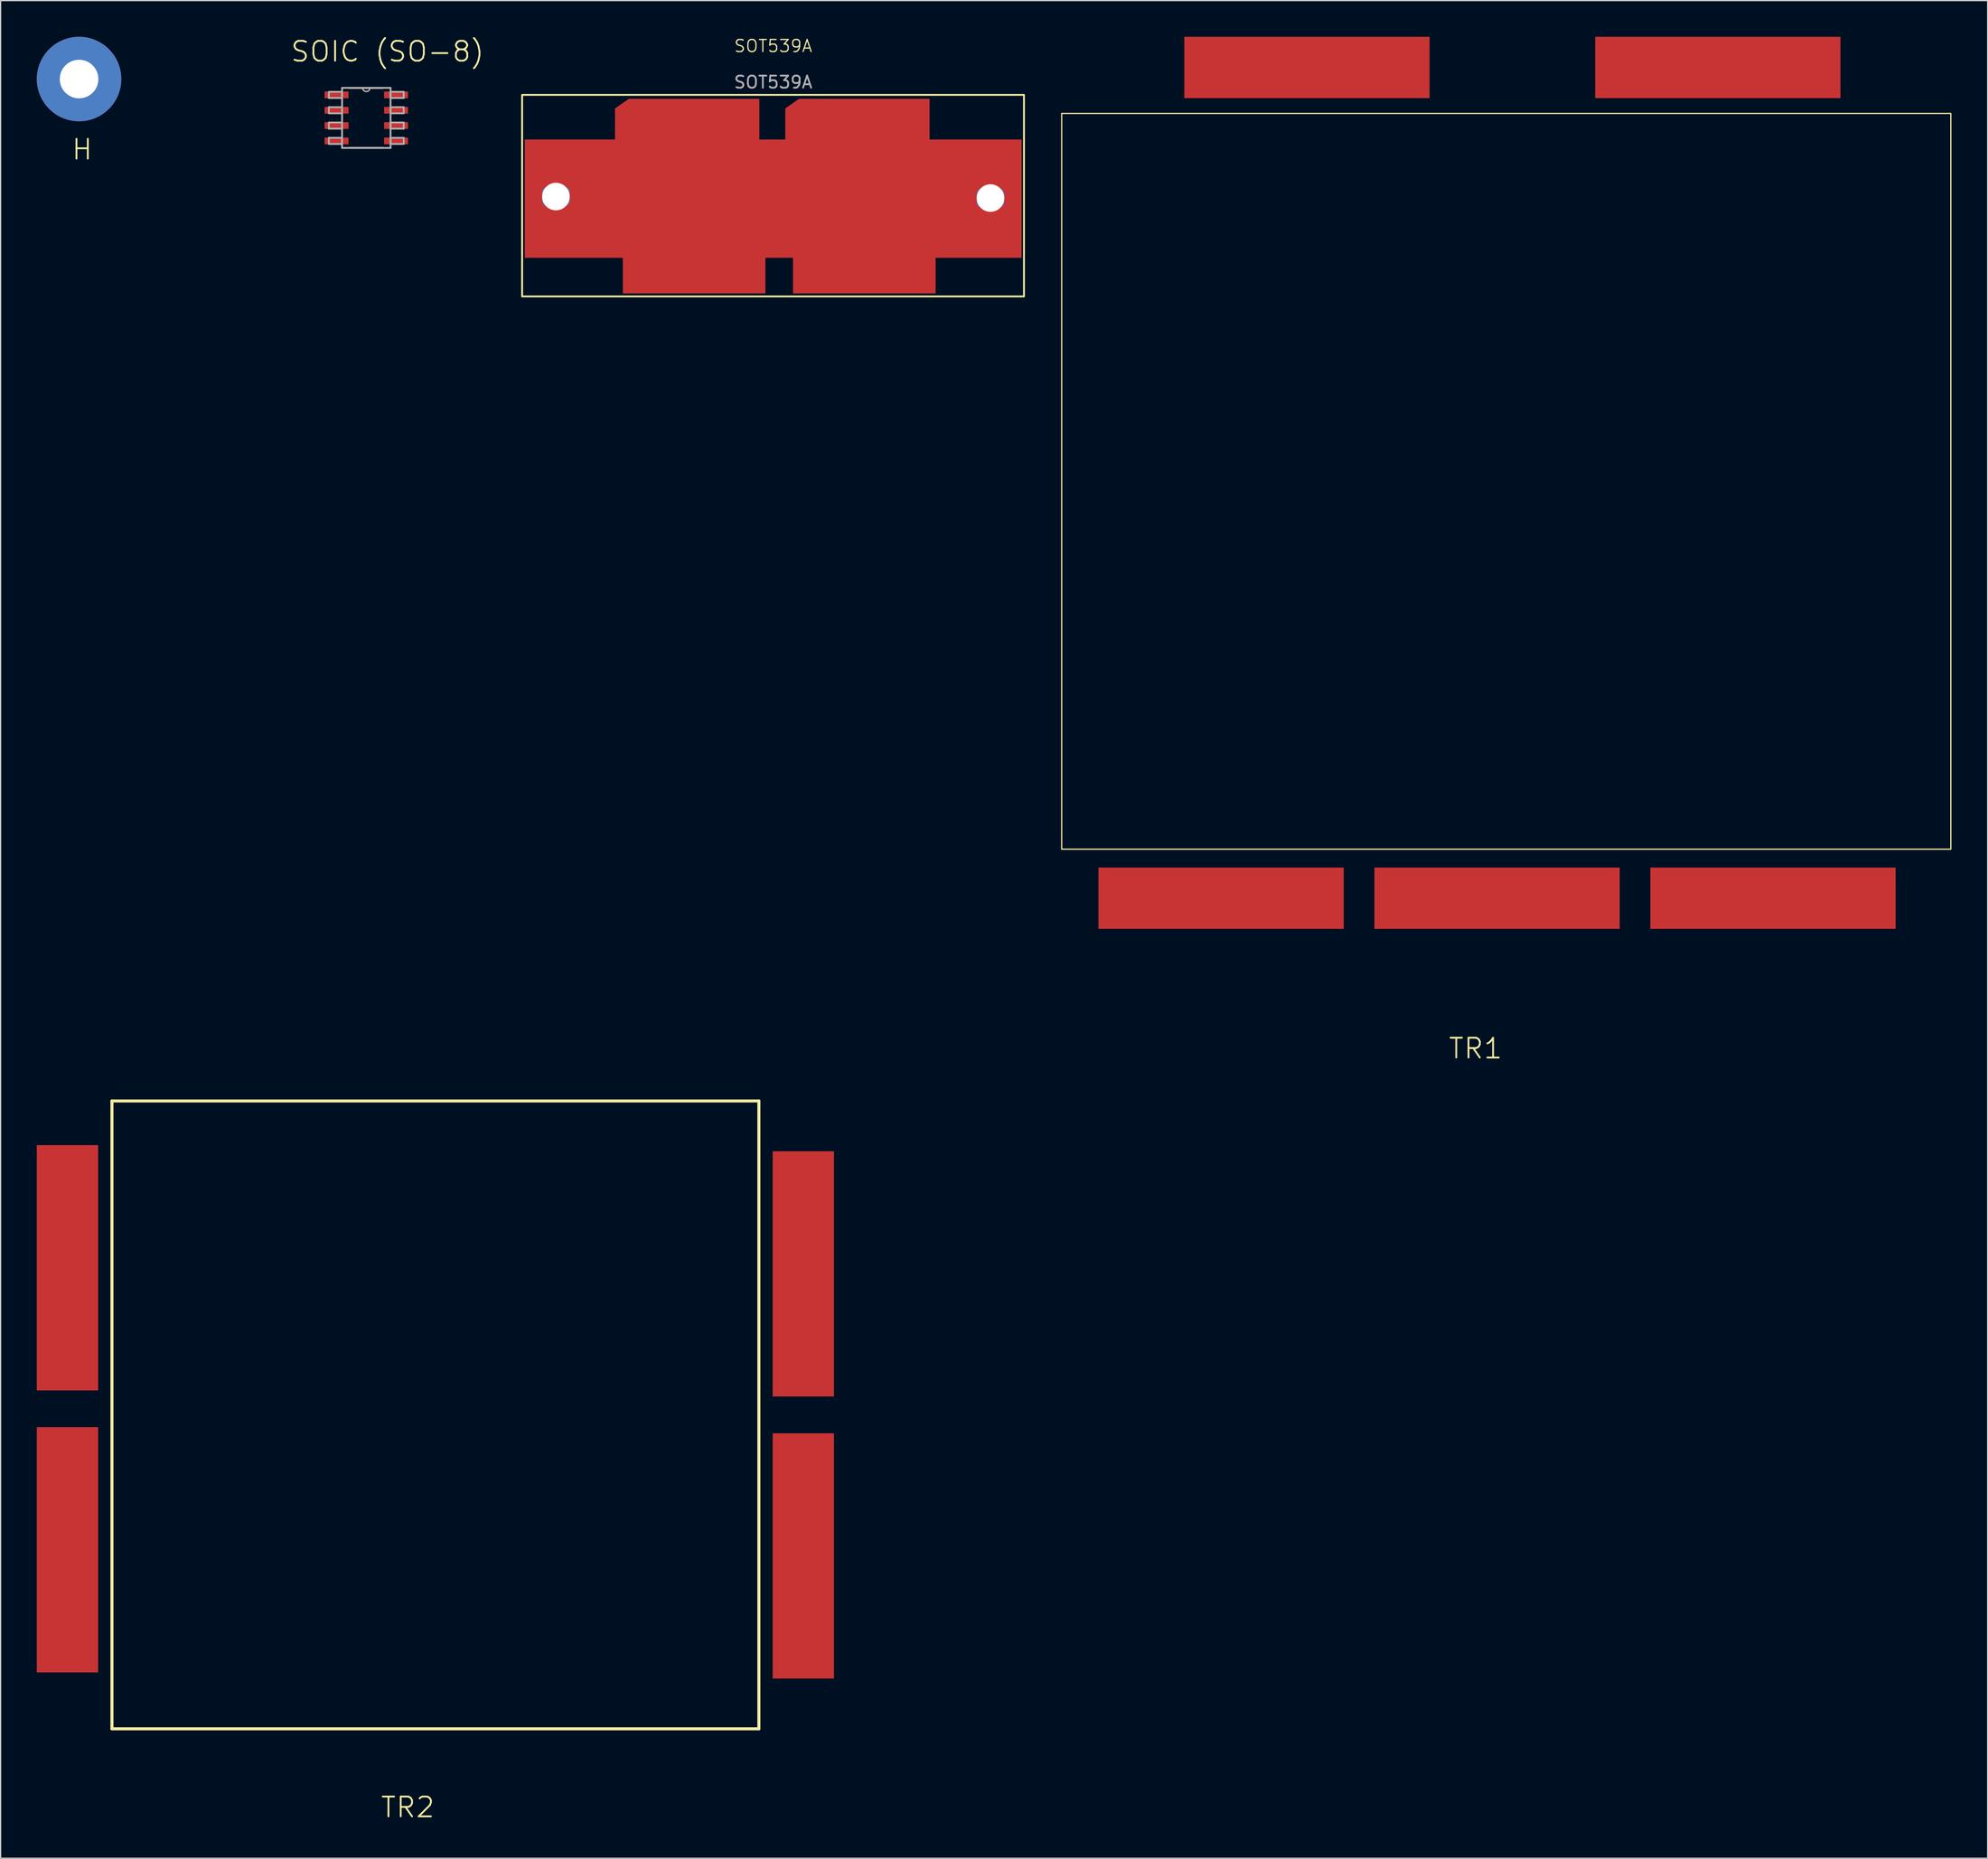
<source format=kicad_pcb>
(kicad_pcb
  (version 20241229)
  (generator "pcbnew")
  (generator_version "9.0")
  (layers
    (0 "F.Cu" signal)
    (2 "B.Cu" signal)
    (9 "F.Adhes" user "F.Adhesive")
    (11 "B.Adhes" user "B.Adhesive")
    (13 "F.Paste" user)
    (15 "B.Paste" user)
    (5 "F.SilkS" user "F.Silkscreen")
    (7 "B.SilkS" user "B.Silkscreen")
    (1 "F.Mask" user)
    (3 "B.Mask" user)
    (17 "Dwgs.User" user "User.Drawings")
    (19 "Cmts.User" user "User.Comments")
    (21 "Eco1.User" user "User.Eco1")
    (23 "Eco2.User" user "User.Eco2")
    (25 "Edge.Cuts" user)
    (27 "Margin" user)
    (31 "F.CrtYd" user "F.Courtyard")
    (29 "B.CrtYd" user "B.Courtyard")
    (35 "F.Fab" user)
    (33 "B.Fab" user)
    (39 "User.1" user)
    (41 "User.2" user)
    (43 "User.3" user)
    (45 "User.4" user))
  (footprint "H"
    (layer "F.Cu")
    (at 17.724 7.31)
    (property "Reference" "H" (at -13.97 2.032 0) (layer "F.SilkS") (effects (font (size 1.642 1.642) (thickness 0.15))))
    (attr smd)
    (pad "1" thru_hole circle (at -14.224 -3.81) (size 6.999 6.999) (drill 3.2) (layers "*.Cu" "*.Mask")))
  (footprint "TR1"
    (layer "F.Cu")
    (at 121.48 39.37)
    (property "Reference" "TR1" (at -2.286 44.45 0) (layer "F.SilkS") (effects (font (size 1.642 1.642) (thickness 0.15))))
    (attr smd)
    (fp_rect (start -36.576 -33.02) (end 37.084 27.94) (stroke (width 0.1) (type default)) (fill no) (layer "F.SilkS"))
    (pad "1" smd rect (at 22.352 32.004) (size 20.32 5.08) (layers "F.Cu" "F.Mask" "F.Paste"))
    (pad "2" smd rect (at -0.508 32.004) (size 20.32 5.08) (layers "F.Cu" "F.Mask" "F.Paste"))
    (pad "3" smd rect (at -23.368 32.004) (size 20.32 5.08) (layers "F.Cu" "F.Mask" "F.Paste"))
    (pad "4" smd rect (at 17.78 -36.83) (size 20.32 5.08) (layers "F.Cu" "F.Mask" "F.Paste"))
    (pad "5" smd rect (at -16.256 -36.83) (size 20.32 5.08) (layers "F.Cu" "F.Mask" "F.Paste")))
  (footprint "SOIC (SO-8)"
    (layer "F.Cu")
    (at 27.296 6.719)
    (property "Reference" "SOIC (SO-8)" (at 1.755 -5.495 0) (layer "F.SilkS") (effects (font (size 1.642 1.642) (thickness 0.15))))
    (attr smd)
    (fp_line (start -1.372 2.489) (end 1.372 2.489) (stroke (width 0.152) (type solid)) (layer "F.SilkS"))
    (fp_line (start -0.305 -2.489) (end -1.372 -2.489) (stroke (width 0.152) (type solid)) (layer "F.SilkS"))
    (fp_line (start 0.305 -2.489) (end -0.305 -2.489) (stroke (width 0.152) (type solid)) (layer "F.SilkS"))
    (fp_line (start 1.372 -2.489) (end 0.305 -2.489) (stroke (width 0.152) (type solid)) (layer "F.SilkS"))
    (fp_arc (start 0.3048 -2.4892) (mid 0 -2.1844) (end -0.3048 -2.4892) (stroke (width 0.1) (type solid)) (layer "F.SilkS"))
    (fp_line (start -3.099 -2.159) (end -3.099 -1.651) (stroke (width 0.152) (type solid)) (layer "F.Fab"))
    (fp_line (start -3.099 -1.651) (end -2.007 -1.651) (stroke (width 0.152) (type solid)) (layer "F.Fab"))
    (fp_line (start -3.099 -0.889) (end -3.099 -0.381) (stroke (width 0.152) (type solid)) (layer "F.Fab"))
    (fp_line (start -3.099 -0.381) (end -2.007 -0.381) (stroke (width 0.152) (type solid)) (layer "F.Fab"))
    (fp_line (start -3.099 0.381) (end -3.099 0.889) (stroke (width 0.152) (type solid)) (layer "F.Fab"))
    (fp_line (start -3.099 0.889) (end -2.007 0.889) (stroke (width 0.152) (type solid)) (layer "F.Fab"))
    (fp_line (start -3.099 1.651) (end -3.099 2.159) (stroke (width 0.152) (type solid)) (layer "F.Fab"))
    (fp_line (start -3.099 2.159) (end -2.007 2.159) (stroke (width 0.152) (type solid)) (layer "F.Fab"))
    (fp_line (start -2.007 -2.489) (end -2.007 2.489) (stroke (width 0.152) (type solid)) (layer "F.Fab"))
    (fp_line (start -2.007 -2.159) (end -3.099 -2.159) (stroke (width 0.152) (type solid)) (layer "F.Fab"))
    (fp_line (start -2.007 -1.651) (end -2.007 -2.159) (stroke (width 0.152) (type solid)) (layer "F.Fab"))
    (fp_line (start -2.007 -0.889) (end -3.099 -0.889) (stroke (width 0.152) (type solid)) (layer "F.Fab"))
    (fp_line (start -2.007 -0.381) (end -2.007 -0.889) (stroke (width 0.152) (type solid)) (layer "F.Fab"))
    (fp_line (start -2.007 0.381) (end -3.099 0.381) (stroke (width 0.152) (type solid)) (layer "F.Fab"))
    (fp_line (start -2.007 0.889) (end -2.007 0.381) (stroke (width 0.152) (type solid)) (layer "F.Fab"))
    (fp_line (start -2.007 1.651) (end -3.099 1.651) (stroke (width 0.152) (type solid)) (layer "F.Fab"))
    (fp_line (start -2.007 2.159) (end -2.007 1.651) (stroke (width 0.152) (type solid)) (layer "F.Fab"))
    (fp_line (start -2.007 2.489) (end 2.007 2.489) (stroke (width 0.152) (type solid)) (layer "F.Fab"))
    (fp_line (start -0.305 -2.489) (end -2.007 -2.489) (stroke (width 0.152) (type solid)) (layer "F.Fab"))
    (fp_line (start 0.305 -2.489) (end -0.305 -2.489) (stroke (width 0.152) (type solid)) (layer "F.Fab"))
    (fp_line (start 2.007 -2.489) (end 0.305 -2.489) (stroke (width 0.152) (type solid)) (layer "F.Fab"))
    (fp_line (start 2.007 -2.159) (end 2.007 -1.651) (stroke (width 0.152) (type solid)) (layer "F.Fab"))
    (fp_line (start 2.007 -1.651) (end 3.099 -1.651) (stroke (width 0.152) (type solid)) (layer "F.Fab"))
    (fp_line (start 2.007 -0.889) (end 2.007 -0.381) (stroke (width 0.152) (type solid)) (layer "F.Fab"))
    (fp_line (start 2.007 -0.381) (end 3.099 -0.381) (stroke (width 0.152) (type solid)) (layer "F.Fab"))
    (fp_line (start 2.007 0.381) (end 2.007 0.889) (stroke (width 0.152) (type solid)) (layer "F.Fab"))
    (fp_line (start 2.007 0.889) (end 3.099 0.889) (stroke (width 0.152) (type solid)) (layer "F.Fab"))
    (fp_line (start 2.007 1.651) (end 2.007 2.159) (stroke (width 0.152) (type solid)) (layer "F.Fab"))
    (fp_line (start 2.007 2.159) (end 3.099 2.159) (stroke (width 0.152) (type solid)) (layer "F.Fab"))
    (fp_line (start 2.007 2.489) (end 2.007 -2.489) (stroke (width 0.152) (type solid)) (layer "F.Fab"))
    (fp_line (start 3.099 -2.159) (end 2.007 -2.159) (stroke (width 0.152) (type solid)) (layer "F.Fab"))
    (fp_line (start 3.099 -1.651) (end 3.099 -2.159) (stroke (width 0.152) (type solid)) (layer "F.Fab"))
    (fp_line (start 3.099 -0.889) (end 2.007 -0.889) (stroke (width 0.152) (type solid)) (layer "F.Fab"))
    (fp_line (start 3.099 -0.381) (end 3.099 -0.889) (stroke (width 0.152) (type solid)) (layer "F.Fab"))
    (fp_line (start 3.099 0.381) (end 2.007 0.381) (stroke (width 0.152) (type solid)) (layer "F.Fab"))
    (fp_line (start 3.099 0.889) (end 3.099 0.381) (stroke (width 0.152) (type solid)) (layer "F.Fab"))
    (fp_line (start 3.099 1.651) (end 2.007 1.651) (stroke (width 0.152) (type solid)) (layer "F.Fab"))
    (fp_line (start 3.099 2.159) (end 3.099 1.651) (stroke (width 0.152) (type solid)) (layer "F.Fab"))
    (fp_arc (start 0.3048 -2.4892) (mid 0 -2.1844) (end -0.3048 -2.4892) (stroke (width 0.1) (type solid)) (layer "F.Fab"))
    (pad "1" smd rect (at -2.464 -1.905) (size 1.981 0.559) (layers "F.Cu" "F.Mask" "F.Paste"))
    (pad "2" smd rect (at -2.464 -0.635) (size 1.981 0.559) (layers "F.Cu" "F.Mask" "F.Paste"))
    (pad "3" smd rect (at -2.464 0.635) (size 1.981 0.559) (layers "F.Cu" "F.Mask" "F.Paste"))
    (pad "4" smd rect (at -2.464 1.905) (size 1.981 0.559) (layers "F.Cu" "F.Mask" "F.Paste"))
    (pad "5" smd rect (at 2.464 1.905) (size 1.981 0.559) (layers "F.Cu" "F.Mask" "F.Paste"))
    (pad "6" smd rect (at 2.464 0.635) (size 1.981 0.559) (layers "F.Cu" "F.Mask" "F.Paste"))
    (pad "7" smd rect (at 2.464 -0.635) (size 1.981 0.559) (layers "F.Cu" "F.Mask" "F.Paste"))
    (pad "8" smd rect (at 2.464 -1.905) (size 1.981 0.559) (layers "F.Cu" "F.Mask" "F.Paste")))
  (footprint "TR2"
    (layer "F.Cu")
    (at 44.704 144.661)
    (property "Reference" "TR2" (at -13.97 2.032 0) (layer "F.SilkS") (effects (font (size 1.642 1.642) (thickness 0.15))))
    (attr smd)
    (fp_line (start -38.481 -56.49) (end -38.481 -4.47) (stroke (width 0.254) (type solid)) (layer "F.SilkS"))
    (fp_line (start 15.113 -56.49) (end -38.481 -56.49) (stroke (width 0.254) (type solid)) (layer "F.SilkS"))
    (fp_line (start 15.113 -56.49) (end 15.113 -4.47) (stroke (width 0.254) (type solid)) (layer "F.SilkS"))
    (fp_line (start 15.113 -4.47) (end -38.481 -4.47) (stroke (width 0.254) (type solid)) (layer "F.SilkS"))
    (pad "1" smd rect (at -42.164 -19.304 90) (size 20.32 5.08) (layers "F.Cu" "F.Mask" "F.Paste"))
    (pad "2" smd rect (at 18.796 -18.796 90) (size 20.32 5.08) (layers "F.Cu" "F.Mask" "F.Paste"))
    (pad "3" smd rect (at -42.164 -42.672 90) (size 20.32 5.08) (layers "F.Cu" "F.Mask" "F.Paste"))
    (pad "4" smd rect (at 18.796 -42.164 90) (size 20.32 5.08) (layers "F.Cu" "F.Mask" "F.Paste")))
  (footprint "SOT539A"
    (layer "F.Cu")
    (at 61.004 13.261)
    (property "Reference" "SOT539A" (at 0 -12.5 0) (unlocked yes) (layer "F.SilkS") (effects (font (size 1 1) (thickness 0.1))))
    (attr smd)
    (fp_rect (start -20.8 -8.45) (end 20.775 8.25) (stroke (width 0.15) (type default)) (fill no) (layer "F.SilkS"))
    (fp_text user "${REFERENCE}" (at 0 -9.5 0) (unlocked yes) (layer "F.Fab") (effects (font (size 1 1) (thickness 0.15))))
    (pad "" np_thru_hole roundrect (at -18 -0.025) (size 2.286 1.524) (drill 3.2) (layers "*.Cu" "*.Mask") (roundrect_rratio 0.25))
    (pad "" np_thru_hole roundrect (at 18 0.1) (size 2.286 1.524) (drill 3.2) (layers "*.Cu" "*.Mask") (roundrect_rratio 0.25))
    (pad "1" smd custom (at -6.55 -6.375) (size 10.81 3.5) (layers "F.Cu" "F.Mask" "F.Paste") (options (anchor rect)) (primitives (gr_poly (pts (xy -5.375 -1.65) (xy -6.45 -0.9) (xy -6.435 1.65) (xy -5.415 1.65)) (width 0.2) (fill yes)) (gr_line (start -5.375 -1.65) (end -6.45 -0.9) (width 0.2)) (gr_line (start -6.45 1.65) (end -6.45 -0.9) (width 0.2)) (gr_line (start -5.415 1.65) (end -6.435 1.65) (width 0.2))))
    (pad "2" smd custom (at 7.55 -6.375) (size 10.81 3.5) (layers "F.Cu" "F.Mask" "F.Paste") (options (anchor rect)) (primitives (gr_poly (pts (xy -5.375 -1.65) (xy -6.45 -0.9) (xy -6.435 1.65) (xy -5.415 1.65)) (width 0.2) (fill yes)) (gr_line (start -5.375 -1.65) (end -6.45 -0.9) (width 0.2)) (gr_line (start -6.45 1.65) (end -6.45 -0.9) (width 0.2)) (gr_line (start -5.415 1.65) (end -6.435 1.65) (width 0.2))))
    (pad "3" smd rect (at -6.55 6.25) (size 11.81 3.5) (layers "F.Cu" "F.Mask" "F.Paste"))
    (pad "4" smd rect (at 7.55 6.25) (size 11.81 3.5) (layers "F.Cu" "F.Mask" "F.Paste"))
    (pad "5" smd rect (at 0 0.15) (size 41.15 9.8) (layers "F.Cu" "F.Mask" "F.Paste")))
  (gr_rect
    (start -3 -3)
    (end 161.614 150.917)
    (stroke (width 0.1) (type default))
    (fill no)
    (layer "Edge.Cuts")))
</source>
